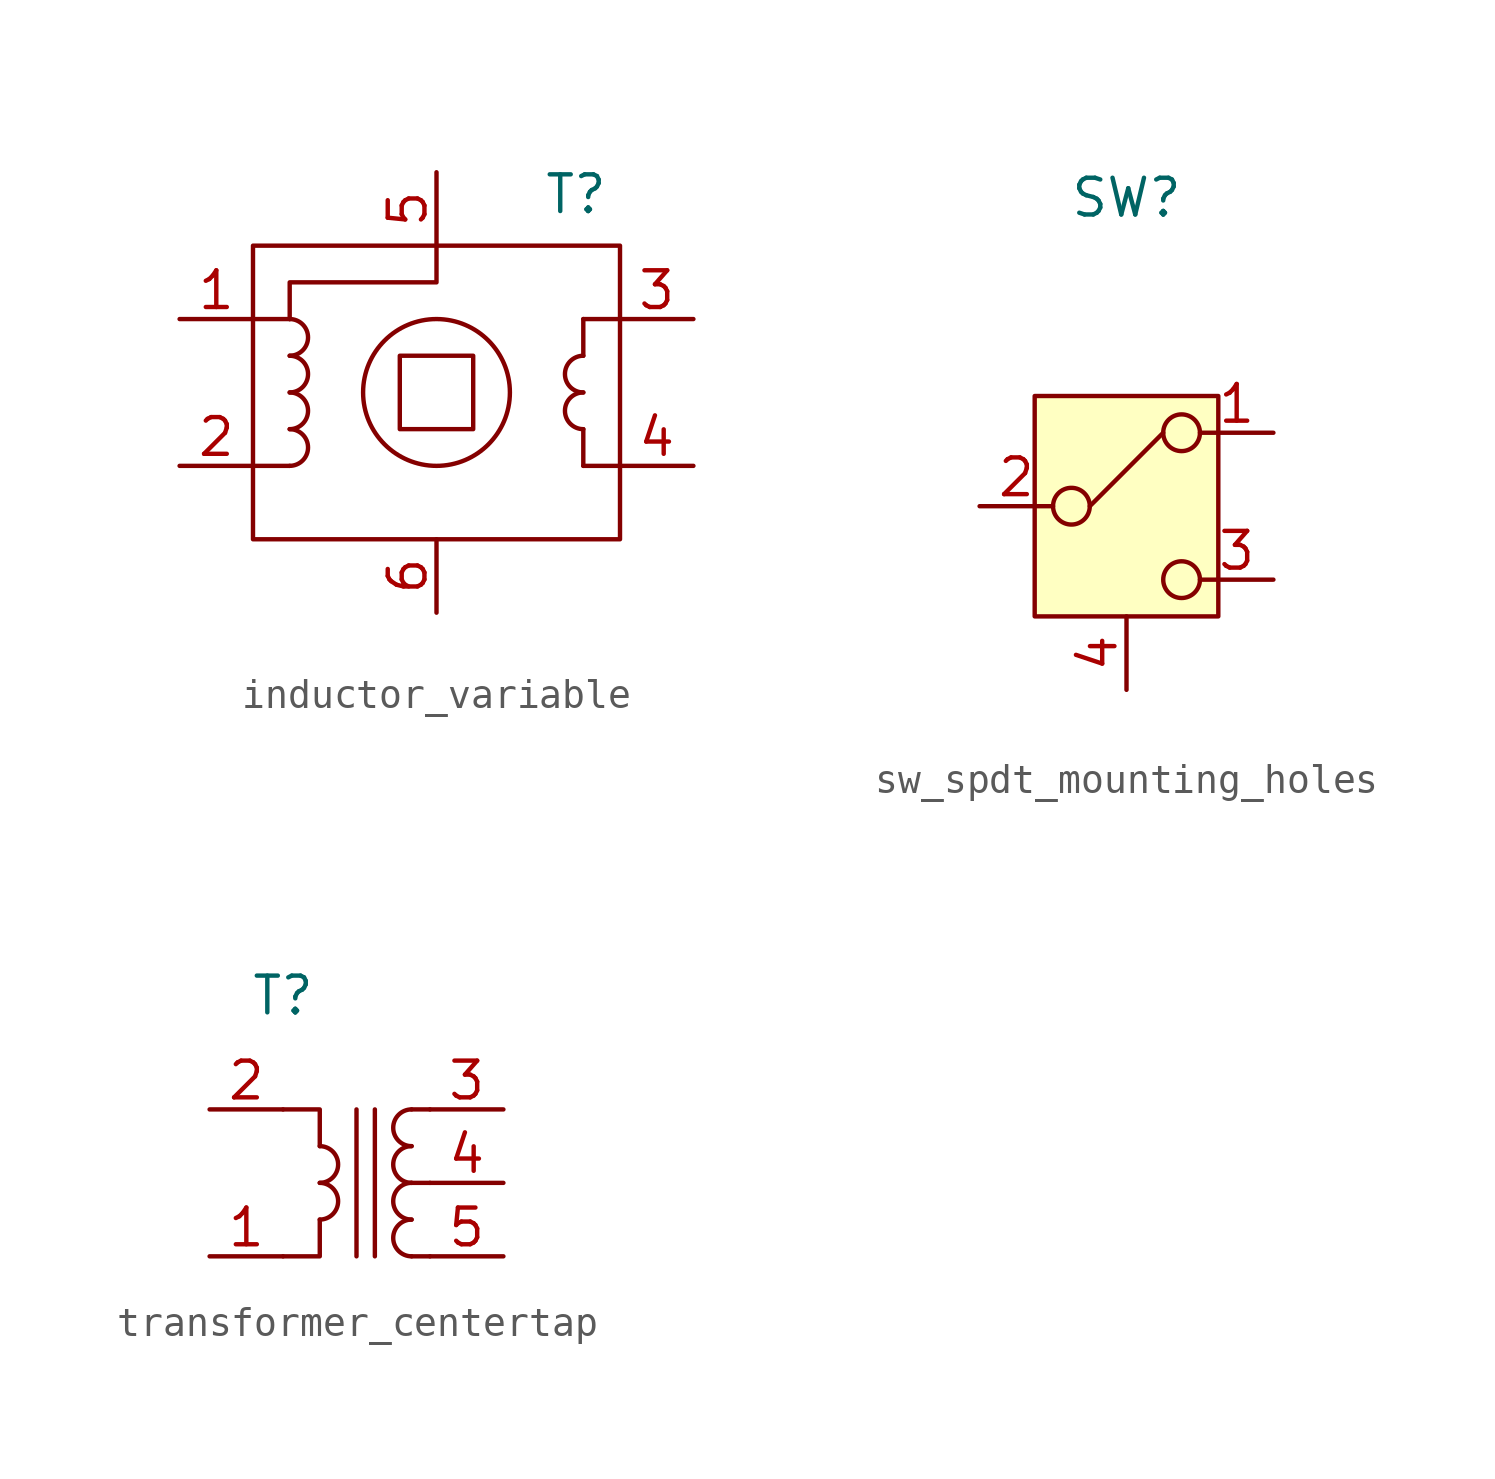
<source format=kicad_sym>
(kicad_symbol_lib
  (version 20241209)
  (generator "kicad_symbol_editor")
  (generator_version "9.0")
  (symbol "inductor_variable"
    (property "Reference" "T"
      (at 11.176 4.318 0)
      (effects (font (size 1.27 1.27))))
    (property "Value" ""
      (at 0 0 0)
      (effects (font (size 1.27 1.27))))
    (symbol "inductor_variable_0_0"
      (pin passive line (at -2.54 0 0) (length 2.54) (name "" (effects (font (size 1.27 1.27)))) (number "1" (effects (font (size 1.27 1.27)))))
      (pin passive line (at -2.54 -5.08 0) (length 2.54) (name "" (effects (font (size 1.27 1.27)))) (number "2" (effects (font (size 1.27 1.27)))))
      (pin passive line (at 6.35 5.08 270) (length 2.54) (name "" (effects (font (size 1.27 1.27)))) (number "5" (effects (font (size 1.27 1.27)))))
      (pin passive line (at 6.35 -10.16 90) (length 2.54) (name "" (effects (font (size 1.27 1.27)))) (number "6" (effects (font (size 1.27 1.27)))))
      (pin passive line (at 15.24 0 180) (length 2.54) (name "" (effects (font (size 1.27 1.27)))) (number "3" (effects (font (size 1.27 1.27)))))
      (pin passive line (at 15.24 -5.08 180) (length 2.54) (name "" (effects (font (size 1.27 1.27)))) (number "4" (effects (font (size 1.27 1.27))))))
    (symbol "inductor_variable_0_1"
      (rectangle (start 0 2.54) (end 12.7 -7.62) (stroke (width 0) (type default)) (fill (type none)))
      (polyline (pts (xy 0 0) (xy 1.27 0)) (stroke (width 0) (type default)) (fill (type none)))
      (polyline (pts (xy 0 -5.08) (xy 1.27 -5.08)) (stroke (width 0) (type default)) (fill (type none)))
      (arc (start 1.27 0) (mid 1.905 -0.635) (end 1.27 -1.27) (stroke (width 0) (type default)) (fill (type none)))
      (arc (start 1.27 -1.27) (mid 1.905 -1.905) (end 1.27 -2.54) (stroke (width 0) (type default)) (fill (type none)))
      (arc (start 1.27 -2.54) (mid 1.905 -3.175) (end 1.27 -3.81) (stroke (width 0) (type default)) (fill (type none)))
      (arc (start 1.27 -3.81) (mid 1.905 -4.445) (end 1.27 -5.08) (stroke (width 0) (type default)) (fill (type none)))
      (rectangle (start 5.08 -1.27) (end 7.62 -3.81) (stroke (width 0) (type default)) (fill (type none)))
      (polyline (pts (xy 6.35 2.54) (xy 6.35 1.27) (xy 1.27 1.27) (xy 1.27 0)) (stroke (width 0) (type default)) (fill (type none)))
      (circle (center 6.35 -2.54) (radius 2.54) (stroke (width 0) (type default)) (fill (type none)))
      (polyline (pts (xy 11.43 0) (xy 11.43 -1.27)) (stroke (width 0) (type default)) (fill (type none)))
      (arc (start 11.43 -2.54) (mid 10.795 -1.905) (end 11.43 -1.27) (stroke (width 0) (type default)) (fill (type none)))
      (arc (start 11.43 -3.81) (mid 10.795 -3.175) (end 11.43 -2.54) (stroke (width 0) (type default)) (fill (type none)))
      (polyline (pts (xy 11.43 -3.81) (xy 11.43 -5.08)) (stroke (width 0) (type default)) (fill (type none)))
      (polyline (pts (xy 12.7 0) (xy 11.43 0)) (stroke (width 0) (type default)) (fill (type none)))
      (polyline (pts (xy 12.7 -5.08) (xy 11.43 -5.08)) (stroke (width 0) (type default)) (fill (type none)))))
  (symbol "sw_spdt_mounting_holes"
    (property "Reference" "SW"
      (at 0 6.858 0)
      (effects (font (size 1.27 1.27))))
    (property "Value" ""
      (at 0 0 0)
      (effects (font (size 1.27 1.27))))
    (symbol "sw_spdt_mounting_holes_0_0"
      (pin passive line (at -5.08 -3.81 0) (length 2.54) (name "" (effects (font (size 1.27 1.27)))) (number "2" (effects (font (size 1.27 1.27)))))
      (pin passive line (at 0 -10.16 90) (length 2.54) (name "" (effects (font (size 1.27 1.27)))) (number "4" (effects (font (size 1.27 1.27)))))
      (pin passive line (at 5.08 -1.27 180) (length 2.54) (name "" (effects (font (size 1.27 1.27)))) (number "1" (effects (font (size 1.27 1.27)))))
      (pin passive line (at 5.08 -6.35 180) (length 2.54) (name "" (effects (font (size 1.27 1.27)))) (number "3" (effects (font (size 1.27 1.27))))))
    (symbol "sw_spdt_mounting_holes_0_1"
      (circle (center -1.905 -3.81) (radius 0.635) (stroke (width 0) (type default)) (fill (type none)))
      (polyline (pts (xy -1.27 -3.81) (xy 1.27 -1.27)) (stroke (width 0) (type default)) (fill (type none)))
      (circle (center 1.905 -1.27) (radius 0.635) (stroke (width 0) (type default)) (fill (type none)))
      (circle (center 1.905 -6.35) (radius 0.635) (stroke (width 0) (type default)) (fill (type none))))
    (symbol "sw_spdt_mounting_holes_1_1"
      (rectangle (start -3.175 0) (end 3.175 -7.62) (stroke (width 0) (type solid)) (fill (type background)))))
  (symbol "transformer_centertap"
    (property "Reference" "T"
      (at 0 2.667 0)
      (effects (font (size 1.27 1.27))))
    (property "Value" ""
      (at 0 0 0)
      (effects (font (size 1.27 1.27))))
    (symbol "transformer_centertap_0_0"
      (pin passive line (at -2.54 -1.27 0) (length 2.54) (name "" (effects (font (size 1.27 1.27)))) (number "2" (effects (font (size 1.27 1.27)))))
      (pin passive line (at -2.54 -6.35 0) (length 2.54) (name "" (effects (font (size 1.27 1.27)))) (number "1" (effects (font (size 1.27 1.27)))))
      (pin passive line (at 7.62 -1.27 180) (length 2.54) (name "" (effects (font (size 1.27 1.27)))) (number "3" (effects (font (size 1.27 1.27)))))
      (pin passive line (at 7.62 -3.81 180) (length 2.54) (name "" (effects (font (size 1.27 1.27)))) (number "4" (effects (font (size 1.27 1.27)))))
      (pin passive line (at 7.62 -6.35 180) (length 2.54) (name "" (effects (font (size 1.27 1.27)))) (number "5" (effects (font (size 1.27 1.27))))))
    (symbol "transformer_centertap_0_1"
      (polyline (pts (xy 1.27 -2.54) (xy 1.27 -1.27) (xy 0 -1.27)) (stroke (width 0) (type default)) (fill (type none)))
      (arc (start 1.27 -2.54) (mid 1.905 -3.175) (end 1.27 -3.81) (stroke (width 0) (type default)) (fill (type none)))
      (arc (start 1.27 -3.81) (mid 1.905 -4.445) (end 1.27 -5.08) (stroke (width 0) (type default)) (fill (type none)))
      (polyline (pts (xy 1.27 -5.08) (xy 1.27 -6.35) (xy 0 -6.35)) (stroke (width 0) (type default)) (fill (type none)))
      (polyline (pts (xy 2.54 -1.27) (xy 2.54 -6.35)) (stroke (width 0) (type default)) (fill (type none)))
      (polyline (pts (xy 3.175 -1.27) (xy 3.175 -6.35)) (stroke (width 0) (type default)) (fill (type none)))
      (arc (start 4.445 -2.54) (mid 3.81 -1.905) (end 4.445 -1.27) (stroke (width 0) (type default)) (fill (type none)))
      (arc (start 4.445 -3.81) (mid 3.81 -3.175) (end 4.445 -2.54) (stroke (width 0) (type default)) (fill (type none)))
      (arc (start 4.445 -5.08) (mid 3.81 -4.445) (end 4.445 -3.81) (stroke (width 0) (type default)) (fill (type none)))
      (arc (start 4.445 -6.35) (mid 3.81 -5.715) (end 4.445 -5.08) (stroke (width 0) (type default)) (fill (type none)))
      (polyline (pts (xy 5.08 -1.27) (xy 4.445 -1.27)) (stroke (width 0) (type default)) (fill (type none)))
      (polyline (pts (xy 5.08 -3.81) (xy 4.445 -3.81)) (stroke (width 0) (type default)) (fill (type none)))
      (polyline (pts (xy 5.08 -6.35) (xy 4.445 -6.35)) (stroke (width 0) (type default)) (fill (type none))))))
</source>
